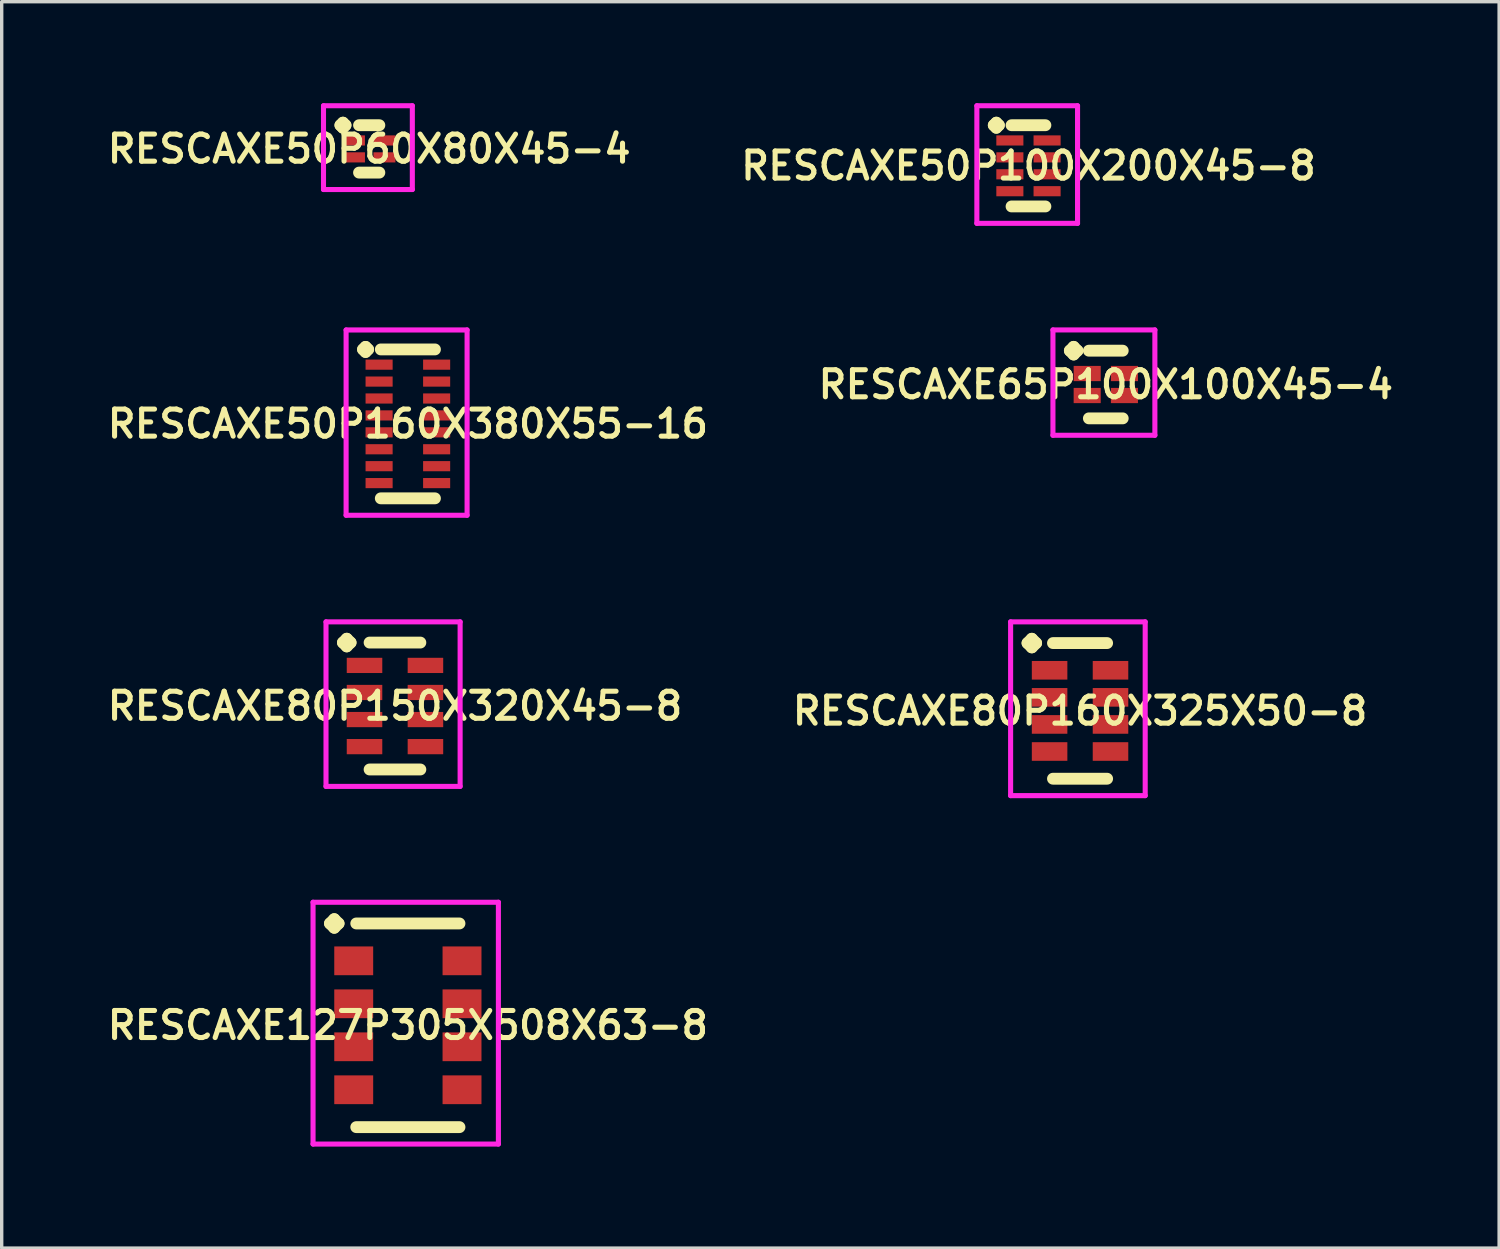
<source format=kicad_pcb>
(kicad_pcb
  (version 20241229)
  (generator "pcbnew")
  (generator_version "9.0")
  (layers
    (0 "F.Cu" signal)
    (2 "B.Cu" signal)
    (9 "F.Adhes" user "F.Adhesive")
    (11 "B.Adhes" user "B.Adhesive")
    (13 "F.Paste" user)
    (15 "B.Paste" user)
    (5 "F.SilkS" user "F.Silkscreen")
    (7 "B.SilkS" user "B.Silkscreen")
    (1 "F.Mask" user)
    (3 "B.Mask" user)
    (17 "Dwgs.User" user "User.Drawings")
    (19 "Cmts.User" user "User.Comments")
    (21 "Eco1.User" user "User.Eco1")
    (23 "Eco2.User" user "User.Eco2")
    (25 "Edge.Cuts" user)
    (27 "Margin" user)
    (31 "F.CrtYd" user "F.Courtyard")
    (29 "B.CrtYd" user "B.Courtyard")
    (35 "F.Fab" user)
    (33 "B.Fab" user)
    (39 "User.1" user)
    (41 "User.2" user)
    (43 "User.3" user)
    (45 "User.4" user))
  (footprint "RESCAXE80P160X325X50-8"
    (layer "F.Cu")
    (at 28.864 17.956)
    (property "Reference" "RESCAXE80P160X325X50-8" (at 0 0 0) (layer "F.SilkS") (effects (font (size 0.8 0.8) (thickness 0.15))))
    (attr smd)
    (fp_line (start -1.552 -2.004) (end -1.425 -2.131) (stroke (width 0.35) (type solid)) (layer "F.SilkS"))
    (fp_line (start -1.425 -2.131) (end -1.298 -2.004) (stroke (width 0.35) (type solid)) (layer "F.SilkS"))
    (fp_line (start -1.425 -1.877) (end -1.552 -2.004) (stroke (width 0.35) (type solid)) (layer "F.SilkS"))
    (fp_line (start -1.298 -2.004) (end -1.425 -1.877) (stroke (width 0.35) (type solid)) (layer "F.SilkS"))
    (fp_line (start -0.8 -2.004) (end 0.8 -2.004) (stroke (width 0.35) (type solid)) (layer "F.SilkS"))
    (fp_line (start -0.8 2.004) (end 0.8 2.004) (stroke (width 0.35) (type solid)) (layer "F.SilkS"))
    (fp_line (start -2.052 -2.631) (end 1.925 -2.631) (stroke (width 0.15) (type solid)) (layer "F.CrtYd"))
    (fp_line (start -2.052 2.504) (end -2.052 -2.631) (stroke (width 0.15) (type solid)) (layer "F.CrtYd"))
    (fp_line (start 1.925 -2.631) (end 1.925 2.504) (stroke (width 0.15) (type solid)) (layer "F.CrtYd"))
    (fp_line (start 1.925 2.504) (end -2.052 2.504) (stroke (width 0.15) (type solid)) (layer "F.CrtYd"))
    (pad "1" smd rect (at -0.9 -1.2) (size 1.05 0.55) (layers "F.Cu" "F.Mask" "F.Paste"))
    (pad "2" smd rect (at -0.9 -0.4) (size 1.05 0.55) (layers "F.Cu" "F.Mask" "F.Paste"))
    (pad "3" smd rect (at -0.9 0.4) (size 1.05 0.55) (layers "F.Cu" "F.Mask" "F.Paste"))
    (pad "4" smd rect (at -0.9 1.2) (size 1.05 0.55) (layers "F.Cu" "F.Mask" "F.Paste"))
    (pad "5" smd rect (at 0.9 1.2) (size 1.05 0.55) (layers "F.Cu" "F.Mask" "F.Paste"))
    (pad "6" smd rect (at 0.9 0.4) (size 1.05 0.55) (layers "F.Cu" "F.Mask" "F.Paste"))
    (pad "7" smd rect (at 0.9 -0.4) (size 1.05 0.55) (layers "F.Cu" "F.Mask" "F.Paste"))
    (pad "8" smd rect (at 0.9 -1.2) (size 1.05 0.55) (layers "F.Cu" "F.Mask" "F.Paste")))
  (footprint "RESCAXE127P305X508X63-8"
    (layer "F.Cu")
    (at 9.002 27.246)
    (property "Reference" "RESCAXE127P305X508X63-8" (at 0 0 0) (layer "F.SilkS") (effects (font (size 0.8 0.8) (thickness 0.15))))
    (attr smd)
    (fp_line (start -2.302 -3.009) (end -2.175 -3.136) (stroke (width 0.35) (type solid)) (layer "F.SilkS"))
    (fp_line (start -2.175 -3.136) (end -2.048 -3.009) (stroke (width 0.35) (type solid)) (layer "F.SilkS"))
    (fp_line (start -2.175 -2.882) (end -2.302 -3.009) (stroke (width 0.35) (type solid)) (layer "F.SilkS"))
    (fp_line (start -2.048 -3.009) (end -2.175 -2.882) (stroke (width 0.35) (type solid)) (layer "F.SilkS"))
    (fp_line (start -1.525 -3.009) (end 1.525 -3.009) (stroke (width 0.35) (type solid)) (layer "F.SilkS"))
    (fp_line (start -1.525 3.009) (end 1.525 3.009) (stroke (width 0.35) (type solid)) (layer "F.SilkS"))
    (fp_line (start -2.802 -3.636) (end 2.675 -3.636) (stroke (width 0.15) (type solid)) (layer "F.CrtYd"))
    (fp_line (start -2.802 3.509) (end -2.802 -3.636) (stroke (width 0.15) (type solid)) (layer "F.CrtYd"))
    (fp_line (start 2.675 -3.636) (end 2.675 3.509) (stroke (width 0.15) (type solid)) (layer "F.CrtYd"))
    (fp_line (start 2.675 3.509) (end -2.802 3.509) (stroke (width 0.15) (type solid)) (layer "F.CrtYd"))
    (pad "1" smd rect (at -1.6 -1.905) (size 1.15 0.85) (layers "F.Cu" "F.Mask" "F.Paste"))
    (pad "2" smd rect (at -1.6 -0.635) (size 1.15 0.85) (layers "F.Cu" "F.Mask" "F.Paste"))
    (pad "3" smd rect (at -1.6 0.635) (size 1.15 0.85) (layers "F.Cu" "F.Mask" "F.Paste"))
    (pad "4" smd rect (at -1.6 1.905) (size 1.15 0.85) (layers "F.Cu" "F.Mask" "F.Paste"))
    (pad "5" smd rect (at 1.6 1.905) (size 1.15 0.85) (layers "F.Cu" "F.Mask" "F.Paste"))
    (pad "6" smd rect (at 1.6 0.635) (size 1.15 0.85) (layers "F.Cu" "F.Mask" "F.Paste"))
    (pad "7" smd rect (at 1.6 -0.635) (size 1.15 0.85) (layers "F.Cu" "F.Mask" "F.Paste"))
    (pad "8" smd rect (at 1.6 -1.905) (size 1.15 0.85) (layers "F.Cu" "F.Mask" "F.Paste")))
  (footprint "RESCAXE65P100X100X45-4"
    (layer "F.Cu")
    (at 29.625 8.312)
    (property "Reference" "RESCAXE65P100X100X45-4" (at 0 0 0) (layer "F.SilkS") (effects (font (size 0.8 0.8) (thickness 0.15))))
    (attr through_hole)
    (fp_line (start -1.062 -1) (end -0.95 -1.113) (stroke (width 0.35) (type solid)) (layer "F.SilkS"))
    (fp_line (start -0.95 -1.113) (end -0.838 -1) (stroke (width 0.35) (type solid)) (layer "F.SilkS"))
    (fp_line (start -0.95 -0.887) (end -1.062 -1) (stroke (width 0.35) (type solid)) (layer "F.SilkS"))
    (fp_line (start -0.838 -1) (end -0.95 -0.887) (stroke (width 0.35) (type solid)) (layer "F.SilkS"))
    (fp_line (start -0.5 -1) (end 0.5 -1) (stroke (width 0.35) (type solid)) (layer "F.SilkS"))
    (fp_line (start -0.5 1) (end 0.5 1) (stroke (width 0.35) (type solid)) (layer "F.SilkS"))
    (fp_line (start -1.562 -1.613) (end 1.45 -1.613) (stroke (width 0.15) (type solid)) (layer "F.CrtYd"))
    (fp_line (start -1.562 1.5) (end -1.562 -1.613) (stroke (width 0.15) (type solid)) (layer "F.CrtYd"))
    (fp_line (start 1.45 -1.613) (end 1.45 1.5) (stroke (width 0.15) (type solid)) (layer "F.CrtYd"))
    (fp_line (start 1.45 1.5) (end -1.562 1.5) (stroke (width 0.15) (type solid)) (layer "F.CrtYd"))
    (pad "1" smd rect (at -0.55 -0.325) (size 0.8 0.45) (layers "F.Cu" "F.Mask" "F.Paste"))
    (pad "2" smd rect (at -0.55 0.325) (size 0.8 0.45) (layers "F.Cu" "F.Mask" "F.Paste"))
    (pad "3" smd rect (at 0.55 0.325) (size 0.8 0.45) (layers "F.Cu" "F.Mask" "F.Paste"))
    (pad "4" smd rect (at 0.55 -0.325) (size 0.8 0.45) (layers "F.Cu" "F.Mask" "F.Paste")))
  (footprint "RESCAXE50P160X380X55-16"
    (layer "F.Cu")
    (at 9.002 9.475)
    (property "Reference" "RESCAXE50P160X380X55-16" (at 0 0 0) (layer "F.SilkS") (effects (font (size 0.8 0.8) (thickness 0.15))))
    (attr smd)
    (fp_line (start -1.325 -2.2) (end -1.25 -2.275) (stroke (width 0.35) (type solid)) (layer "F.SilkS"))
    (fp_line (start -1.25 -2.275) (end -1.175 -2.2) (stroke (width 0.35) (type solid)) (layer "F.SilkS"))
    (fp_line (start -1.25 -2.125) (end -1.325 -2.2) (stroke (width 0.35) (type solid)) (layer "F.SilkS"))
    (fp_line (start -1.175 -2.2) (end -1.25 -2.125) (stroke (width 0.35) (type solid)) (layer "F.SilkS"))
    (fp_line (start -0.8 -2.2) (end 0.8 -2.2) (stroke (width 0.35) (type solid)) (layer "F.SilkS"))
    (fp_line (start -0.8 2.2) (end 0.8 2.2) (stroke (width 0.35) (type solid)) (layer "F.SilkS"))
    (fp_line (start -1.825 -2.775) (end 1.75 -2.775) (stroke (width 0.15) (type solid)) (layer "F.CrtYd"))
    (fp_line (start -1.825 2.7) (end -1.825 -2.775) (stroke (width 0.15) (type solid)) (layer "F.CrtYd"))
    (fp_line (start 1.75 -2.775) (end 1.75 2.7) (stroke (width 0.15) (type solid)) (layer "F.CrtYd"))
    (fp_line (start 1.75 2.7) (end -1.825 2.7) (stroke (width 0.15) (type solid)) (layer "F.CrtYd"))
    (pad "1" smd rect (at -0.85 -1.75) (size 0.8 0.3) (layers "F.Cu" "F.Mask" "F.Paste"))
    (pad "2" smd rect (at -0.85 -1.25) (size 0.8 0.3) (layers "F.Cu" "F.Mask" "F.Paste"))
    (pad "3" smd rect (at -0.85 -0.75) (size 0.8 0.3) (layers "F.Cu" "F.Mask" "F.Paste"))
    (pad "4" smd rect (at -0.85 -0.25) (size 0.8 0.3) (layers "F.Cu" "F.Mask" "F.Paste"))
    (pad "5" smd rect (at -0.85 0.25) (size 0.8 0.3) (layers "F.Cu" "F.Mask" "F.Paste"))
    (pad "6" smd rect (at -0.85 0.75) (size 0.8 0.3) (layers "F.Cu" "F.Mask" "F.Paste"))
    (pad "7" smd rect (at -0.85 1.25) (size 0.8 0.3) (layers "F.Cu" "F.Mask" "F.Paste"))
    (pad "8" smd rect (at -0.85 1.75) (size 0.8 0.3) (layers "F.Cu" "F.Mask" "F.Paste"))
    (pad "9" smd rect (at 0.85 1.75) (size 0.8 0.3) (layers "F.Cu" "F.Mask" "F.Paste"))
    (pad "10" smd rect (at 0.85 1.25) (size 0.8 0.3) (layers "F.Cu" "F.Mask" "F.Paste"))
    (pad "11" smd rect (at 0.85 0.75) (size 0.8 0.3) (layers "F.Cu" "F.Mask" "F.Paste"))
    (pad "12" smd rect (at 0.85 0.25) (size 0.8 0.3) (layers "F.Cu" "F.Mask" "F.Paste"))
    (pad "13" smd rect (at 0.85 -0.25) (size 0.8 0.3) (layers "F.Cu" "F.Mask" "F.Paste"))
    (pad "14" smd rect (at 0.85 -0.75) (size 0.8 0.3) (layers "F.Cu" "F.Mask" "F.Paste"))
    (pad "15" smd rect (at 0.85 -1.25) (size 0.8 0.3) (layers "F.Cu" "F.Mask" "F.Paste"))
    (pad "16" smd rect (at 0.85 -1.75) (size 0.8 0.3) (layers "F.Cu" "F.Mask" "F.Paste")))
  (footprint "RESCAXE50P60X80X45-4"
    (layer "F.Cu")
    (at 7.859 1.35)
    (property "Reference" "RESCAXE50P60X80X45-4" (at 0 0 0) (layer "F.SilkS") (effects (font (size 0.8 0.8) (thickness 0.15))))
    (attr through_hole)
    (fp_line (start -0.85 -0.7) (end -0.775 -0.775) (stroke (width 0.35) (type solid)) (layer "F.SilkS"))
    (fp_line (start -0.775 -0.775) (end -0.7 -0.7) (stroke (width 0.35) (type solid)) (layer "F.SilkS"))
    (fp_line (start -0.775 -0.625) (end -0.85 -0.7) (stroke (width 0.35) (type solid)) (layer "F.SilkS"))
    (fp_line (start -0.7 -0.7) (end -0.775 -0.625) (stroke (width 0.35) (type solid)) (layer "F.SilkS"))
    (fp_line (start -0.3 -0.7) (end 0.3 -0.7) (stroke (width 0.35) (type solid)) (layer "F.SilkS"))
    (fp_line (start -0.3 0.7) (end 0.3 0.7) (stroke (width 0.35) (type solid)) (layer "F.SilkS"))
    (fp_line (start -1.35 -1.275) (end 1.275 -1.275) (stroke (width 0.15) (type solid)) (layer "F.CrtYd"))
    (fp_line (start -1.35 1.2) (end -1.35 -1.275) (stroke (width 0.15) (type solid)) (layer "F.CrtYd"))
    (fp_line (start 1.275 -1.275) (end 1.275 1.2) (stroke (width 0.15) (type solid)) (layer "F.CrtYd"))
    (fp_line (start 1.275 1.2) (end -1.35 1.2) (stroke (width 0.15) (type solid)) (layer "F.CrtYd"))
    (pad "1" smd rect (at -0.45 -0.25) (size 0.65 0.3) (layers "F.Cu" "F.Mask" "F.Paste"))
    (pad "2" smd rect (at -0.45 0.25) (size 0.65 0.3) (layers "F.Cu" "F.Mask" "F.Paste"))
    (pad "3" smd rect (at 0.45 0.25) (size 0.65 0.3) (layers "F.Cu" "F.Mask" "F.Paste"))
    (pad "4" smd rect (at 0.45 -0.25) (size 0.65 0.3) (layers "F.Cu" "F.Mask" "F.Paste")))
  (footprint "RESCAXE50P100X200X45-8"
    (layer "F.Cu")
    (at 27.34 1.85)
    (property "Reference" "RESCAXE50P100X200X45-8" (at 0 0 0) (layer "F.SilkS") (effects (font (size 0.8 0.8) (thickness 0.15))))
    (attr smd)
    (fp_line (start -1.025 -1.2) (end -0.95 -1.275) (stroke (width 0.35) (type solid)) (layer "F.SilkS"))
    (fp_line (start -0.95 -1.275) (end -0.875 -1.2) (stroke (width 0.35) (type solid)) (layer "F.SilkS"))
    (fp_line (start -0.95 -1.125) (end -1.025 -1.2) (stroke (width 0.35) (type solid)) (layer "F.SilkS"))
    (fp_line (start -0.875 -1.2) (end -0.95 -1.125) (stroke (width 0.35) (type solid)) (layer "F.SilkS"))
    (fp_line (start -0.5 -1.2) (end 0.5 -1.2) (stroke (width 0.35) (type solid)) (layer "F.SilkS"))
    (fp_line (start -0.5 1.2) (end 0.5 1.2) (stroke (width 0.35) (type solid)) (layer "F.SilkS"))
    (fp_line (start -1.525 -1.775) (end 1.45 -1.775) (stroke (width 0.15) (type solid)) (layer "F.CrtYd"))
    (fp_line (start -1.525 1.7) (end -1.525 -1.775) (stroke (width 0.15) (type solid)) (layer "F.CrtYd"))
    (fp_line (start 1.45 -1.775) (end 1.45 1.7) (stroke (width 0.15) (type solid)) (layer "F.CrtYd"))
    (fp_line (start 1.45 1.7) (end -1.525 1.7) (stroke (width 0.15) (type solid)) (layer "F.CrtYd"))
    (pad "1" smd rect (at -0.55 -0.75) (size 0.8 0.3) (layers "F.Cu" "F.Mask" "F.Paste"))
    (pad "2" smd rect (at -0.55 -0.25) (size 0.8 0.3) (layers "F.Cu" "F.Mask" "F.Paste"))
    (pad "3" smd rect (at -0.55 0.25) (size 0.8 0.3) (layers "F.Cu" "F.Mask" "F.Paste"))
    (pad "4" smd rect (at -0.55 0.75) (size 0.8 0.3) (layers "F.Cu" "F.Mask" "F.Paste"))
    (pad "5" smd rect (at 0.55 0.75) (size 0.8 0.3) (layers "F.Cu" "F.Mask" "F.Paste"))
    (pad "6" smd rect (at 0.55 0.25) (size 0.8 0.3) (layers "F.Cu" "F.Mask" "F.Paste"))
    (pad "7" smd rect (at 0.55 -0.25) (size 0.8 0.3) (layers "F.Cu" "F.Mask" "F.Paste"))
    (pad "8" smd rect (at 0.55 -0.75) (size 0.8 0.3) (layers "F.Cu" "F.Mask" "F.Paste")))
  (footprint "RESCAXE80P150X320X45-8"
    (layer "F.Cu")
    (at 8.621 17.812)
    (property "Reference" "RESCAXE80P150X320X45-8" (at 0 0 0) (layer "F.SilkS") (effects (font (size 0.8 0.8) (thickness 0.15))))
    (attr smd)
    (fp_line (start -1.538 -1.875) (end -1.425 -1.988) (stroke (width 0.35) (type solid)) (layer "F.SilkS"))
    (fp_line (start -1.425 -1.988) (end -1.312 -1.875) (stroke (width 0.35) (type solid)) (layer "F.SilkS"))
    (fp_line (start -1.425 -1.762) (end -1.538 -1.875) (stroke (width 0.35) (type solid)) (layer "F.SilkS"))
    (fp_line (start -1.312 -1.875) (end -1.425 -1.762) (stroke (width 0.35) (type solid)) (layer "F.SilkS"))
    (fp_line (start -0.75 -1.875) (end 0.75 -1.875) (stroke (width 0.35) (type solid)) (layer "F.SilkS"))
    (fp_line (start -0.75 1.875) (end 0.75 1.875) (stroke (width 0.35) (type solid)) (layer "F.SilkS"))
    (fp_line (start -2.038 -2.487) (end 1.925 -2.487) (stroke (width 0.15) (type solid)) (layer "F.CrtYd"))
    (fp_line (start -2.038 2.375) (end -2.038 -2.487) (stroke (width 0.15) (type solid)) (layer "F.CrtYd"))
    (fp_line (start 1.925 -2.487) (end 1.925 2.375) (stroke (width 0.15) (type solid)) (layer "F.CrtYd"))
    (fp_line (start 1.925 2.375) (end -2.038 2.375) (stroke (width 0.15) (type solid)) (layer "F.CrtYd"))
    (pad "1" smd rect (at -0.9 -1.2) (size 1.05 0.45) (layers "F.Cu" "F.Mask" "F.Paste"))
    (pad "2" smd rect (at -0.9 -0.4) (size 1.05 0.45) (layers "F.Cu" "F.Mask" "F.Paste"))
    (pad "3" smd rect (at -0.9 0.4) (size 1.05 0.45) (layers "F.Cu" "F.Mask" "F.Paste"))
    (pad "4" smd rect (at -0.9 1.2) (size 1.05 0.45) (layers "F.Cu" "F.Mask" "F.Paste"))
    (pad "5" smd rect (at 0.9 1.2) (size 1.05 0.45) (layers "F.Cu" "F.Mask" "F.Paste"))
    (pad "6" smd rect (at 0.9 0.4) (size 1.05 0.45) (layers "F.Cu" "F.Mask" "F.Paste"))
    (pad "7" smd rect (at 0.9 -0.4) (size 1.05 0.45) (layers "F.Cu" "F.Mask" "F.Paste"))
    (pad "8" smd rect (at 0.9 -1.2) (size 1.05 0.45) (layers "F.Cu" "F.Mask" "F.Paste")))
  (gr_rect
    (start -3 -3)
    (end 41.247 33.83)
    (stroke (width 0.1) (type default))
    (fill no)
    (layer "Edge.Cuts")))
</source>
